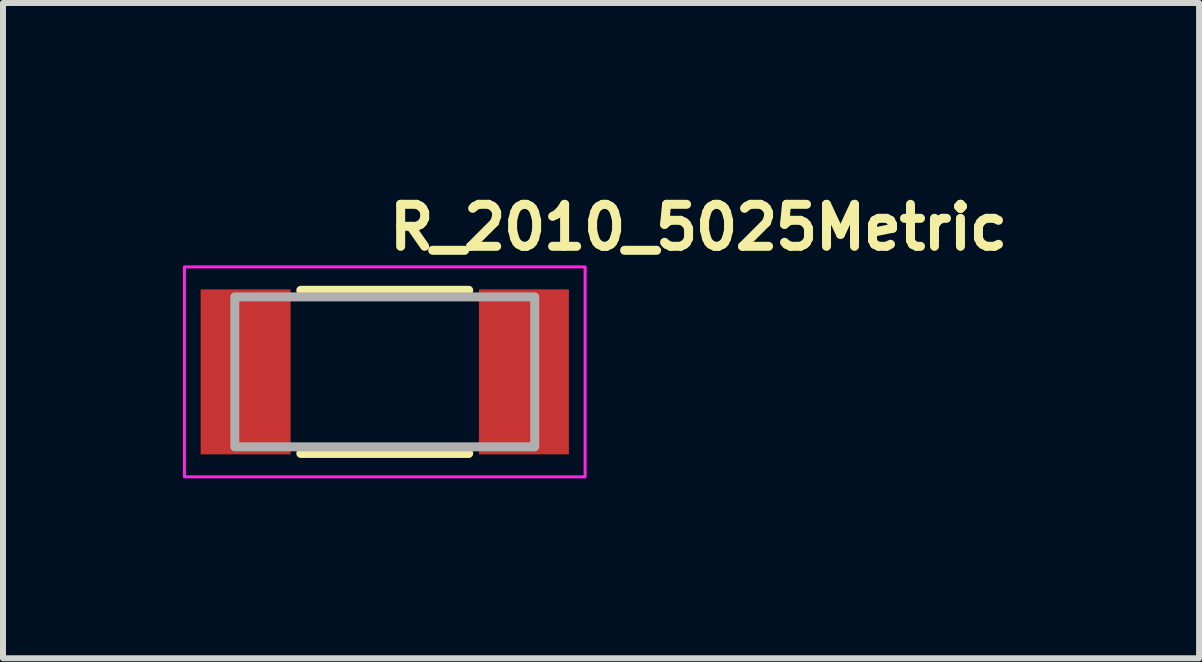
<source format=kicad_pcb>
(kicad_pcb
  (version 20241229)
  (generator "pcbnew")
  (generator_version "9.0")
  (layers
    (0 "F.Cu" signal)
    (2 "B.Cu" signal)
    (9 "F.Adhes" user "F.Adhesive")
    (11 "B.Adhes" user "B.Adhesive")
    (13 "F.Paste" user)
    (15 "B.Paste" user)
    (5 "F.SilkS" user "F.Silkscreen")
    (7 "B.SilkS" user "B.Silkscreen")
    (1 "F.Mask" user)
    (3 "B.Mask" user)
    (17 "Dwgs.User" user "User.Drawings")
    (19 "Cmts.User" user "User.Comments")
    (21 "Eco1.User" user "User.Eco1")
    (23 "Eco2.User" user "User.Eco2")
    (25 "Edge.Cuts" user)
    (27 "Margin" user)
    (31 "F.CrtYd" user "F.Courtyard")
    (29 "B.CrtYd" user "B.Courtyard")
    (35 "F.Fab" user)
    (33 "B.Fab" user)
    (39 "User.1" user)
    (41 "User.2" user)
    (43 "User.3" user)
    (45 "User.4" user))
  (footprint "R_2010_5025Metric"
    (layer "F.Cu")
    (at 3.365 3.15)
    (property "Reference" "R_2010_5025Metric" (at 0 -2 0) (layer "F.SilkS") (effects (font (size 0.7 0.7) (thickness 0.15)) (justify left bottom)))
    (attr smd)
    (fp_line (start -1.4 -1.36) (end 1.4 -1.36) (stroke (width 0.15) (type solid)) (layer "F.SilkS"))
    (fp_line (start -1.4 1.36) (end 1.4 1.36) (stroke (width 0.15) (type solid)) (layer "F.SilkS"))
    (fp_rect (start -3.34 -1.75) (end 3.34 1.75) (stroke (width 0.05) (type solid)) (fill no) (layer "F.CrtYd"))
    (fp_rect (start -2.5 -1.25) (end 2.5 1.25) (stroke (width 0.15) (type solid)) (fill no) (layer "F.Fab"))
    (fp_rect (start -2.5 -1.25) (end 2.5 1.25) (stroke (width 0.1) (type solid)) (fill no) (layer "User.5"))
    (fp_line (start -2.5 -1.25) (end -2.44 -1.25) (stroke (width 0.02) (type solid)) (layer "User.9"))
    (fp_line (start -2.5 1.249) (end -2.5 -1.25) (stroke (width 0.02) (type solid)) (layer "User.9"))
    (fp_line (start -2.5 1.249) (end -2.5 -1.25) (stroke (width 0.02) (type solid)) (layer "User.9"))
    (fp_line (start -2.5 1.249) (end -2.44 1.249) (stroke (width 0.02) (type solid)) (layer "User.9"))
    (fp_line (start -2.44 -1.25) (end -1.96 -1.25) (stroke (width 0.02) (type solid)) (layer "User.9"))
    (fp_line (start -2.44 1.249) (end -1.96 1.249) (stroke (width 0.02) (type solid)) (layer "User.9"))
    (fp_line (start -1.901 -1.25) (end -1.96 -1.25) (stroke (width 0.02) (type solid)) (layer "User.9"))
    (fp_line (start -1.901 -1.25) (end 1.898 -1.25) (stroke (width 0.02) (type solid)) (layer "User.9"))
    (fp_line (start -1.901 1.249) (end -1.96 1.249) (stroke (width 0.02) (type solid)) (layer "User.9"))
    (fp_line (start -1.901 1.249) (end -1.901 -1.25) (stroke (width 0.02) (type solid)) (layer "User.9"))
    (fp_line (start -1.901 1.249) (end 1.898 1.249) (stroke (width 0.02) (type solid)) (layer "User.9"))
    (fp_line (start 1.898 -1.25) (end 1.959 -1.25) (stroke (width 0.02) (type solid)) (layer "User.9"))
    (fp_line (start 1.898 1.249) (end 1.898 -1.25) (stroke (width 0.02) (type solid)) (layer "User.9"))
    (fp_line (start 1.898 1.249) (end 1.959 1.249) (stroke (width 0.02) (type solid)) (layer "User.9"))
    (fp_line (start 1.959 -1.25) (end 2.439 -1.25) (stroke (width 0.02) (type solid)) (layer "User.9"))
    (fp_line (start 1.959 1.249) (end 2.439 1.249) (stroke (width 0.02) (type solid)) (layer "User.9"))
    (fp_line (start 2.499 -1.25) (end 2.439 -1.25) (stroke (width 0.02) (type solid)) (layer "User.9"))
    (fp_line (start 2.499 1.249) (end 2.439 1.249) (stroke (width 0.02) (type solid)) (layer "User.9"))
    (fp_line (start 2.499 1.249) (end 2.499 -1.25) (stroke (width 0.02) (type solid)) (layer "User.9"))
    (fp_line (start 2.499 1.249) (end 2.499 -1.25) (stroke (width 0.02) (type solid)) (layer "User.9"))
    (pad "1" smd rect (at -2.32 0) (size 1.5 2.75) (layers "F.Cu" "F.Mask" "F.Paste"))
    (pad "2" smd rect (at 2.32 0) (size 1.5 2.75) (layers "F.Cu" "F.Mask" "F.Paste")))
  (gr_rect
    (start -3 -3)
    (end 16.942 7.925)
    (stroke (width 0.1) (type default))
    (fill no)
    (layer "Edge.Cuts")))
</source>
